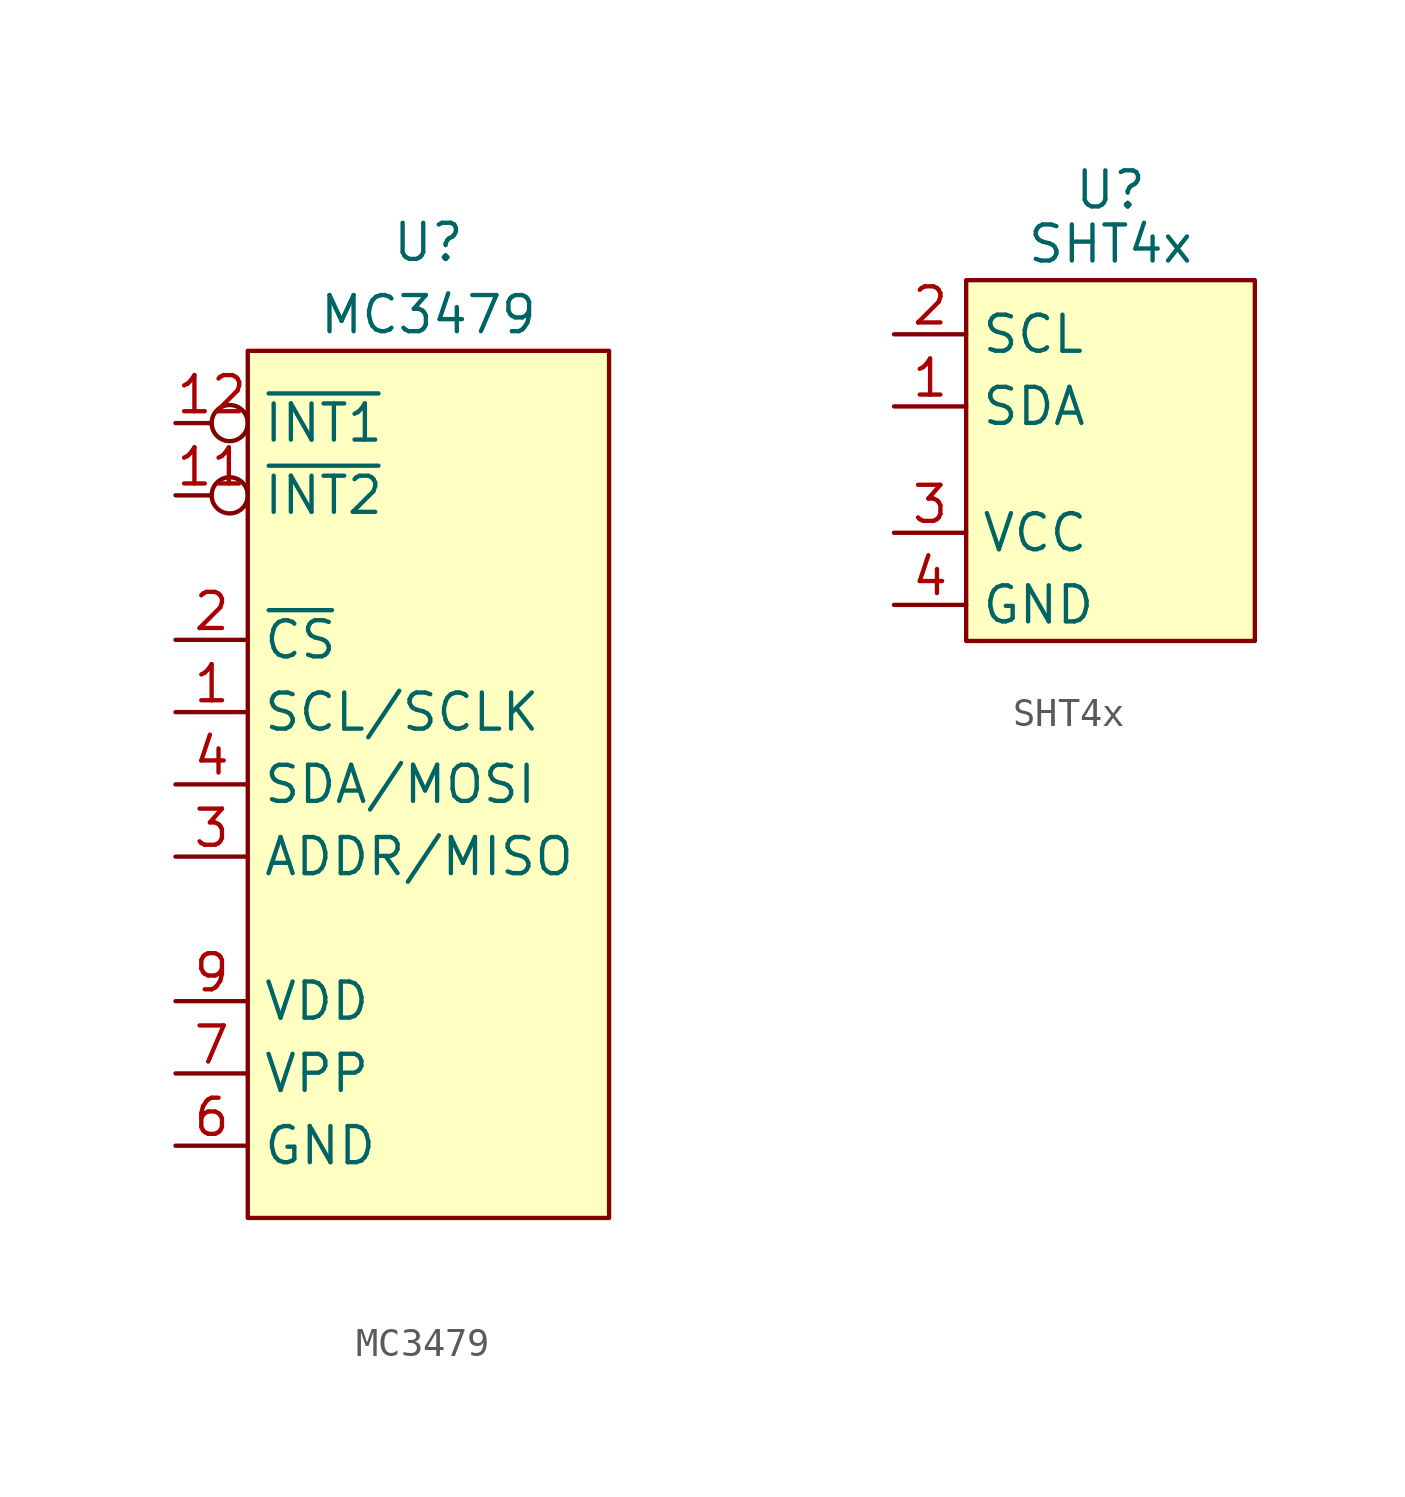
<source format=kicad_sym>
(kicad_symbol_lib
  (version 20231120)
  (generator "kicad_symbol_editor")
  (generator_version "8.0")
  (symbol "MC3479"
    (property "Reference" "U"
      (at 0 3.81 0)
      (effects (font (size 1.27 1.27))))
    (property "Value" "MC3479"
      (at 0 1.27 0)
      (effects (font (size 1.27 1.27))))
    (symbol "MC3479_0_1"
      (rectangle (start -6.35 0) (end 6.35 -30.48) (stroke (width 0) (type default)) (fill (type background))))
    (symbol "MC3479_1_1"
      (pin input line (at -8.89 -12.7 0) (length 2.54) (name "SCL/SCLK" (effects (font (size 1.27 1.27)))) (number "1" (effects (font (size 1.27 1.27)))))
      (pin no_connect line (at 8.89 -22.86 180) (length 2.54) hide (name "NC1" (effects (font (size 1.27 1.27)))) (number "10" (effects (font (size 1.27 1.27)))))
      (pin output inverted (at -8.89 -5.08 0) (length 2.54) (name "~{INT2}" (effects (font (size 1.27 1.27)))) (number "11" (effects (font (size 1.27 1.27)))))
      (pin output inverted (at -8.89 -2.54 0) (length 2.54) (name "~{INT1}" (effects (font (size 1.27 1.27)))) (number "12" (effects (font (size 1.27 1.27)))))
      (pin input line (at -8.89 -10.16 0) (length 2.54) (name "~{CS}" (effects (font (size 1.27 1.27)))) (number "2" (effects (font (size 1.27 1.27)))))
      (pin output line (at -8.89 -17.78 0) (length 2.54) (name "ADDR/MISO" (effects (font (size 1.27 1.27)))) (number "3" (effects (font (size 1.27 1.27)))))
      (pin bidirectional line (at -8.89 -15.24 0) (length 2.54) (name "SDA/MOSI" (effects (font (size 1.27 1.27)))) (number "4" (effects (font (size 1.27 1.27)))))
      (pin no_connect line (at 8.89 -27.94 180) (length 2.54) hide (name "NC3" (effects (font (size 1.27 1.27)))) (number "5" (effects (font (size 1.27 1.27)))))
      (pin power_in line (at -8.89 -27.94 0) (length 2.54) (name "GND" (effects (font (size 1.27 1.27)))) (number "6" (effects (font (size 1.27 1.27)))))
      (pin power_in line (at -8.89 -25.4 0) (length 2.54) (name "VPP" (effects (font (size 1.27 1.27)))) (number "7" (effects (font (size 1.27 1.27)))))
      (pin no_connect line (at 8.89 -25.4 180) (length 2.54) hide (name "NC2" (effects (font (size 1.27 1.27)))) (number "8" (effects (font (size 1.27 1.27)))))
      (pin power_in line (at -8.89 -22.86 0) (length 2.54) (name "VDD" (effects (font (size 1.27 1.27)))) (number "9" (effects (font (size 1.27 1.27)))))))
  (symbol "SHT4x"
    (property "Reference" "U"
      (at 0 3.175 0)
      (effects (font (size 1.27 1.27))))
    (property "Value" "SHT4x"
      (at 0 1.27 0)
      (effects (font (size 1.27 1.27))))
    (symbol "SHT4x_0_1"
      (rectangle (start -5.08 0) (end 5.08 -12.7) (stroke (width 0) (type default)) (fill (type background))))
    (symbol "SHT4x_1_1"
      (pin bidirectional line (at -7.62 -4.445 0) (length 2.54) (name "SDA" (effects (font (size 1.27 1.27)))) (number "1" (effects (font (size 1.27 1.27)))))
      (pin input line (at -7.62 -1.905 0) (length 2.54) (name "SCL" (effects (font (size 1.27 1.27)))) (number "2" (effects (font (size 1.27 1.27)))))
      (pin power_in line (at -7.62 -8.89 0) (length 2.54) (name "VCC" (effects (font (size 1.27 1.27)))) (number "3" (effects (font (size 1.27 1.27)))))
      (pin passive line (at -7.62 -11.43 0) (length 2.54) (name "GND" (effects (font (size 1.27 1.27)))) (number "4" (effects (font (size 1.27 1.27))))))))
</source>
